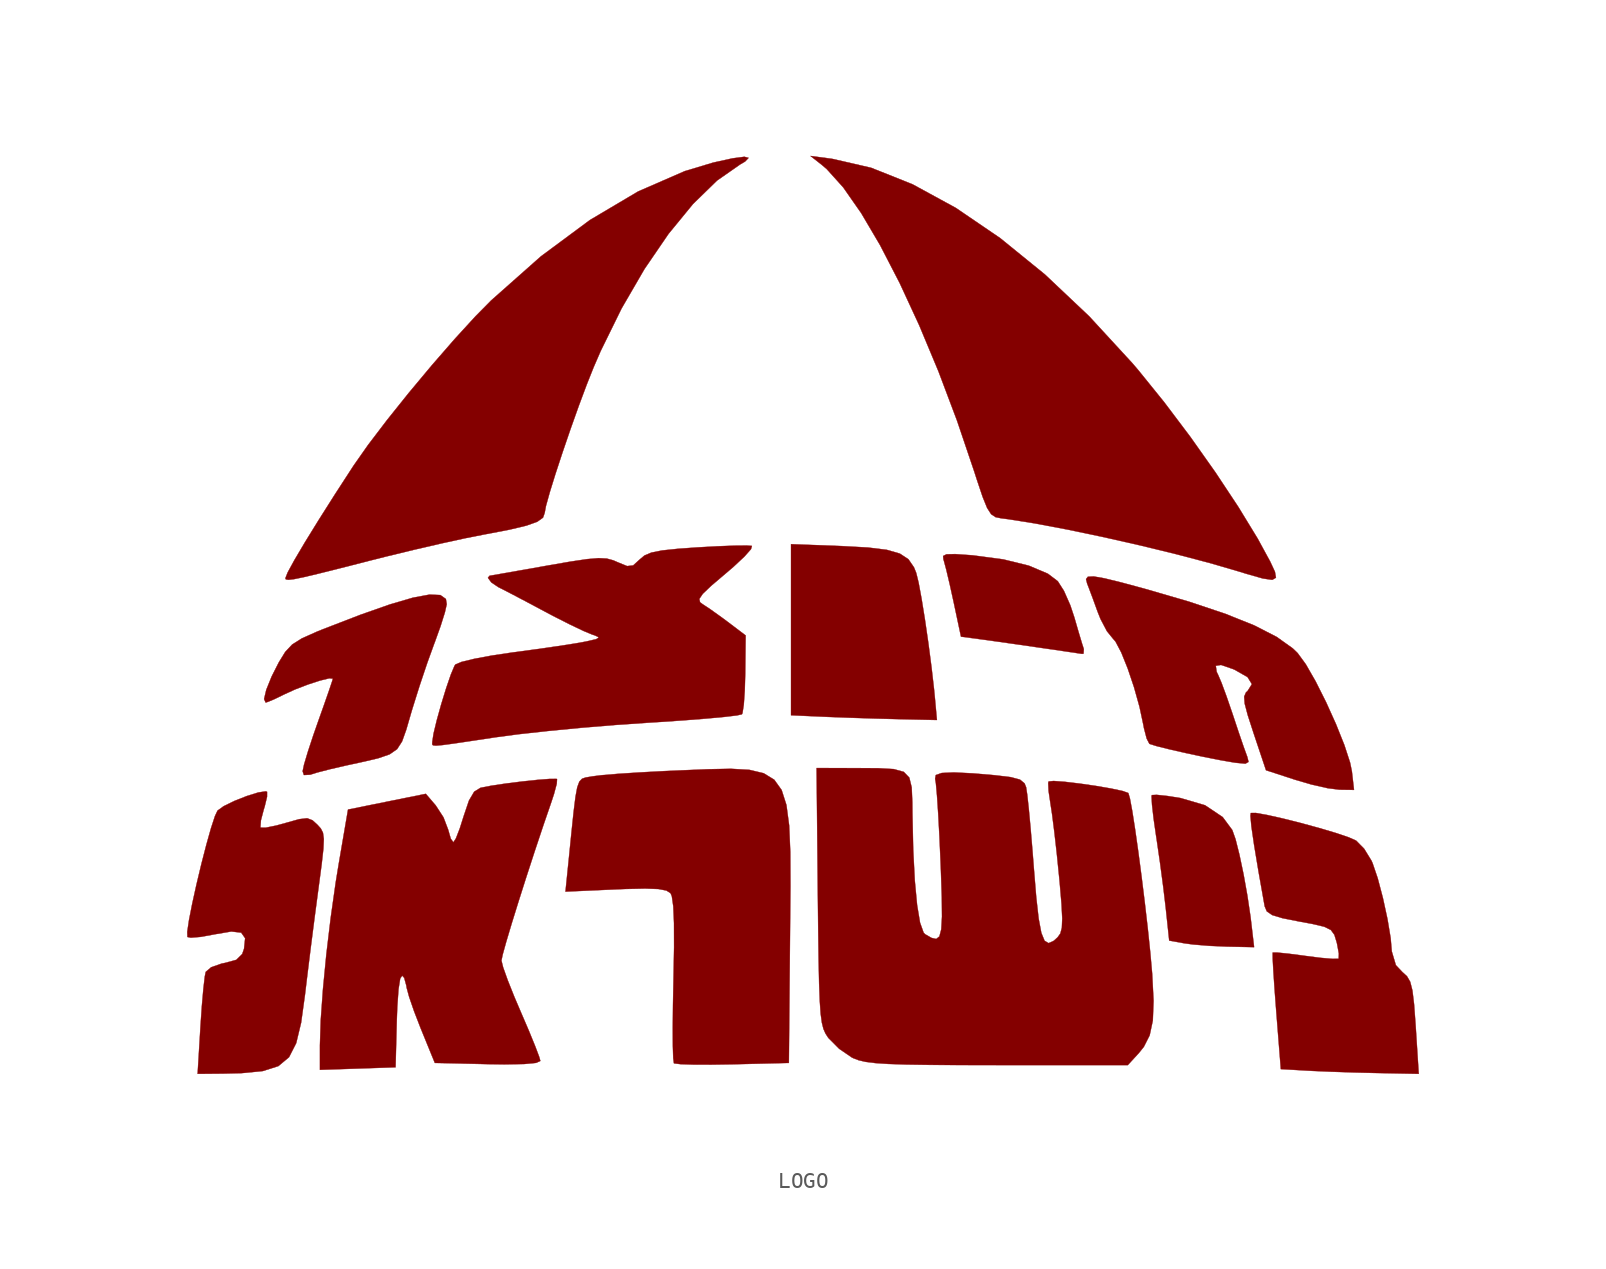
<source format=kicad_sym>
(kicad_symbol_lib
  (version 20220914)
  (generator "bitmap2component")
  (generator_version "8.0")
  (symbol "LOGO"
    (pin_names
      (offset 1.016))
    (property "Reference" "#G"
      (at 0 29.135 0)
      (effects (font (size 1.27 1.27)) hide))
    (symbol "LOGO_0_0"
      (polyline (pts (xy -36.587 -28.662) (xy -35.436 -28.634) (xy -34.099 -28.501) (xy -33.134 -28.194) (xy -32.466 -27.637) (xy -32.017 -26.756) (xy -31.71 -25.478) (xy -31.468 -23.728) (xy -31.331 -22.585) (xy -31.105 -20.758) (xy -30.86 -18.852) (xy -30.632 -17.13) (xy -30.604 -16.92) (xy -30.423 -15.55) (xy -30.318 -14.608) (xy -30.291 -13.993) (xy -30.344 -13.603) (xy -30.478 -13.339) (xy -30.695 -13.099) (xy -30.997 -12.825) (xy -31.333 -12.697) (xy -31.83 -12.755) (xy -32.665 -12.989) (xy -33.262 -13.153) (xy -33.924 -13.287) (xy -34.236 -13.283) (xy -34.255 -13.242) (xy -34.223 -12.824) (xy -34.047 -12.154) (xy -33.99 -11.971) (xy -33.84 -11.352) (xy -33.839 -11.044) (xy -33.922 -11.015) (xy -34.395 -11.087) (xy -35.107 -11.309) (xy -35.885 -11.616) (xy -36.553 -11.942) (xy -36.937 -12.22) (xy -37.095 -12.557) (xy -37.343 -13.313) (xy -37.636 -14.355) (xy -37.949 -15.568) (xy -38.252 -16.834) (xy -38.518 -18.038) (xy -38.72 -19.065) (xy -38.829 -19.798) (xy -38.819 -20.121) (xy -38.601 -20.164) (xy -37.977 -20.113) (xy -37.128 -19.956) (xy -37.127 -19.955) (xy -36.074 -19.778) (xy -35.455 -19.849) (xy -35.21 -20.199) (xy -35.278 -20.856) (xy -35.392 -21.184) (xy -35.76 -21.549) (xy -36.492 -21.747) (xy -36.673 -21.782) (xy -37.333 -22.012) (xy -37.674 -22.303) (xy -37.733 -22.598) (xy -37.821 -23.358) (xy -37.915 -24.43) (xy -38.001 -25.685) (xy -38.181 -28.677) (xy -36.587 -28.662)) (stroke (width 0.01) (type default)) (fill (type outline)))
      (polyline (pts (xy 37.976 -25.741) (xy 37.966 -25.591) (xy 37.872 -24.319) (xy 37.769 -23.468) (xy 37.631 -22.925) (xy 37.428 -22.575) (xy 37.133 -22.305) (xy 36.733 -21.881) (xy 36.479 -21.025) (xy 36.408 -20.192) (xy 36.209 -18.998) (xy 35.924 -17.683) (xy 35.599 -16.45) (xy 35.278 -15.505) (xy 35.21 -15.353) (xy 34.75 -14.603) (xy 34.248 -14.095) (xy 33.784 -13.889) (xy 32.968 -13.614) (xy 31.927 -13.305) (xy 30.783 -12.993) (xy 29.661 -12.711) (xy 28.684 -12.492) (xy 27.977 -12.367) (xy 27.663 -12.37) (xy 27.641 -12.547) (xy 27.701 -13.207) (xy 27.869 -14.36) (xy 28.145 -16.02) (xy 28.532 -18.202) (xy 28.533 -18.206) (xy 28.665 -18.519) (xy 28.999 -18.75) (xy 29.646 -18.946) (xy 30.718 -19.158) (xy 31.505 -19.302) (xy 32.249 -19.477) (xy 32.669 -19.681) (xy 32.889 -19.981) (xy 33.032 -20.446) (xy 33.057 -20.547) (xy 33.17 -21.163) (xy 33.157 -21.475) (xy 33.144 -21.482) (xy 32.78 -21.489) (xy 32.043 -21.426) (xy 31.074 -21.303) (xy 30.926 -21.282) (xy 29.991 -21.161) (xy 29.315 -21.094) (xy 29.035 -21.094) (xy 29.03 -21.113) (xy 29.035 -21.503) (xy 29.078 -22.311) (xy 29.154 -23.436) (xy 29.255 -24.774) (xy 29.541 -28.381) (xy 31.186 -28.476) (xy 31.538 -28.495) (xy 32.718 -28.545) (xy 34.115 -28.591) (xy 35.498 -28.625) (xy 38.164 -28.677) (xy 37.976 -25.741)) (stroke (width 0.01) (type default)) (fill (type outline)))
      (polyline (pts (xy -28.17 -28.347) (xy -25.805 -28.268) (xy -25.729 -25.321) (xy -25.698 -24.485) (xy -25.621 -23.386) (xy -25.516 -22.718) (xy -25.391 -22.538) (xy -25.265 -22.675) (xy -25.13 -23.168) (xy -25.117 -23.276) (xy -24.956 -23.87) (xy -24.647 -24.766) (xy -24.241 -25.815) (xy -23.351 -27.995) (xy -20.052 -28.071) (xy -19 -28.086) (xy -17.778 -28.064) (xy -17.016 -27.992) (xy -16.753 -27.872) (xy -16.827 -27.61) (xy -17.082 -26.933) (xy -17.478 -25.966) (xy -17.969 -24.824) (xy -18.376 -23.871) (xy -18.795 -22.82) (xy -19.08 -22.02) (xy -19.185 -21.594) (xy -19.11 -21.227) (xy -18.887 -20.424) (xy -18.546 -19.282) (xy -18.114 -17.891) (xy -17.621 -16.343) (xy -17.095 -14.729) (xy -16.565 -13.14) (xy -16.059 -11.666) (xy -15.901 -11.185) (xy -15.73 -10.546) (xy -15.71 -10.25) (xy -15.747 -10.237) (xy -16.17 -10.238) (xy -16.936 -10.298) (xy -17.898 -10.4) (xy -18.906 -10.526) (xy -19.812 -10.661) (xy -20.467 -10.787) (xy -20.5 -10.796) (xy -20.89 -11.037) (xy -21.216 -11.59) (xy -21.547 -12.568) (xy -21.791 -13.336) (xy -22.034 -13.962) (xy -22.191 -14.202) (xy -22.355 -13.973) (xy -22.516 -13.413) (xy -22.809 -12.642) (xy -23.293 -11.897) (xy -23.914 -11.171) (xy -26.346 -11.662) (xy -28.778 -12.154) (xy -29.362 -15.568) (xy -29.547 -16.702) (xy -29.861 -18.922) (xy -30.133 -21.2) (xy -30.345 -23.386) (xy -30.484 -25.332) (xy -30.534 -26.892) (xy -30.534 -28.426) (xy -28.17 -28.347)) (stroke (width 0.01) (type default)) (fill (type outline)))
      (polyline (pts (xy -4.733 -28.081) (xy -1.216 -27.995) (xy -1.144 -20) (xy -1.14 -19.526) (xy -1.117 -16.928) (xy -1.126 -14.819) (xy -1.198 -13.15) (xy -1.368 -11.871) (xy -1.668 -10.933) (xy -2.131 -10.287) (xy -2.792 -9.883) (xy -3.681 -9.672) (xy -4.834 -9.606) (xy -6.282 -9.634) (xy -8.06 -9.708) (xy -9.07 -9.753) (xy -10.588 -9.835) (xy -11.91 -9.921) (xy -12.923 -10.005) (xy -13.511 -10.08) (xy -13.608 -10.098) (xy -13.917 -10.148) (xy -14.145 -10.226) (xy -14.315 -10.406) (xy -14.446 -10.761) (xy -14.558 -11.365) (xy -14.673 -12.291) (xy -14.811 -13.612) (xy -14.991 -15.402) (xy -15.183 -17.285) (xy -12.053 -17.145) (xy -11.444 -17.12) (xy -10.199 -17.092) (xy -9.371 -17.122) (xy -8.872 -17.217) (xy -8.614 -17.383) (xy -8.533 -17.573) (xy -8.443 -18.196) (xy -8.397 -19.252) (xy -8.393 -20.777) (xy -8.43 -22.809) (xy -8.461 -24.385) (xy -8.474 -25.802) (xy -8.469 -26.938) (xy -8.445 -27.704) (xy -8.403 -28.014) (xy -8.384 -28.024) (xy -7.989 -28.072) (xy -7.178 -28.099) (xy -6.058 -28.102) (xy -4.733 -28.081)) (stroke (width 0.01) (type default)) (fill (type outline)))
      (polyline (pts (xy 20.66 -27.383) (xy 20.977 -26.989) (xy 21.342 -26.267) (xy 21.538 -25.345) (xy 21.585 -24.112) (xy 21.5 -22.457) (xy 21.493 -22.361) (xy 21.38 -21.087) (xy 21.224 -19.598) (xy 21.039 -17.99) (xy 20.837 -16.356) (xy 20.631 -14.792) (xy 20.432 -13.392) (xy 20.254 -12.25) (xy 20.108 -11.463) (xy 20.008 -11.124) (xy 20.001 -11.117) (xy 19.644 -10.991) (xy 18.92 -10.837) (xy 17.977 -10.675) (xy 16.966 -10.529) (xy 16.037 -10.419) (xy 15.339 -10.368) (xy 15.023 -10.398) (xy 14.998 -10.489) (xy 15.021 -10.988) (xy 15.133 -11.744) (xy 15.238 -12.432) (xy 15.381 -13.554) (xy 15.535 -14.913) (xy 15.68 -16.348) (xy 15.718 -16.744) (xy 15.83 -18.063) (xy 15.876 -18.963) (xy 15.852 -19.544) (xy 15.757 -19.903) (xy 15.588 -20.14) (xy 15.345 -20.36) (xy 15.023 -20.507) (xy 14.77 -20.358) (xy 14.568 -19.863) (xy 14.4 -18.972) (xy 14.25 -17.634) (xy 14.099 -15.801) (xy 14.021 -14.801) (xy 13.899 -13.344) (xy 13.784 -12.113) (xy 13.686 -11.215) (xy 13.616 -10.756) (xy 13.518 -10.515) (xy 13.231 -10.28) (xy 12.655 -10.127) (xy 11.665 -10.008) (xy 10.296 -9.891) (xy 9.101 -9.833) (xy 8.343 -9.867) (xy 7.97 -9.997) (xy 7.928 -10.226) (xy 7.976 -10.514) (xy 8.045 -11.283) (xy 8.121 -12.421) (xy 8.197 -13.831) (xy 8.267 -15.415) (xy 8.29 -15.984) (xy 8.346 -17.651) (xy 8.357 -18.85) (xy 8.312 -19.642) (xy 8.196 -20.087) (xy 7.997 -20.245) (xy 7.702 -20.178) (xy 7.298 -19.945) (xy 7.207 -19.847) (xy 6.986 -19.229) (xy 6.802 -18.129) (xy 6.657 -16.593) (xy 6.558 -14.664) (xy 6.509 -12.39) (xy 6.503 -11.698) (xy 6.463 -10.768) (xy 6.314 -10.157) (xy 5.968 -9.798) (xy 5.34 -9.624) (xy 4.344 -9.568) (xy 2.893 -9.563) (xy 0.517 -9.559) (xy 0.596 -17.597) (xy 0.618 -19.671) (xy 0.644 -21.555) (xy 0.675 -23.014) (xy 0.716 -24.11) (xy 0.771 -24.909) (xy 0.847 -25.474) (xy 0.946 -25.869) (xy 1.074 -26.158) (xy 1.235 -26.405) (xy 1.268 -26.448) (xy 1.93 -27.112) (xy 2.721 -27.653) (xy 2.812 -27.698) (xy 3.146 -27.826) (xy 3.581 -27.927) (xy 4.178 -28.003) (xy 5.001 -28.058) (xy 6.113 -28.094) (xy 7.577 -28.117) (xy 9.455 -28.128) (xy 11.811 -28.131) (xy 19.974 -28.131) (xy 20.66 -27.383)) (stroke (width 0.01) (type default)) (fill (type outline)))
      (polyline (pts (xy 27.687 -19.187) (xy 27.646 -18.849) (xy 27.451 -17.538) (xy 27.211 -16.198) (xy 26.953 -14.973) (xy 26.709 -14.003) (xy 26.506 -13.433) (xy 25.907 -12.625) (xy 24.802 -11.884) (xy 23.268 -11.434) (xy 22.461 -11.306) (xy 21.78 -11.234) (xy 21.475 -11.25) (xy 21.46 -11.336) (xy 21.488 -11.853) (xy 21.587 -12.719) (xy 21.744 -13.808) (xy 21.776 -14.013) (xy 21.989 -15.48) (xy 22.192 -17.009) (xy 22.345 -18.299) (xy 22.563 -20.347) (xy 23.509 -20.516) (xy 24.056 -20.59) (xy 25.076 -20.674) (xy 26.163 -20.721) (xy 27.871 -20.757) (xy 27.687 -19.187)) (stroke (width 0.01) (type default)) (fill (type outline)))
      (polyline (pts (xy 33.984 -9.764) (xy 33.871 -9.216) (xy 33.515 -8.124) (xy 32.992 -6.817) (xy 32.371 -5.441) (xy 31.719 -4.143) (xy 31.103 -3.069) (xy 30.589 -2.367) (xy 30.288 -2.077) (xy 29.284 -1.361) (xy 27.89 -0.645) (xy 26.07 0.086) (xy 23.787 0.849) (xy 21.005 1.658) (xy 19.599 2.037) (xy 18.528 2.3) (xy 17.844 2.42) (xy 17.478 2.402) (xy 17.363 2.254) (xy 17.431 1.98) (xy 17.517 1.759) (xy 17.781 1.057) (xy 18.093 0.198) (xy 18.269 -0.241) (xy 18.669 -1.003) (xy 19.04 -1.461) (xy 19.206 -1.653) (xy 19.565 -2.332) (xy 19.967 -3.33) (xy 20.364 -4.508) (xy 20.706 -5.732) (xy 20.947 -6.862) (xy 20.984 -7.062) (xy 21.154 -7.716) (xy 21.323 -8.042) (xy 21.346 -8.054) (xy 21.774 -8.187) (xy 22.57 -8.386) (xy 23.592 -8.619) (xy 24.698 -8.855) (xy 25.746 -9.062) (xy 26.593 -9.209) (xy 26.737 -9.23) (xy 27.327 -9.285) (xy 27.523 -9.175) (xy 27.442 -8.85) (xy 27.421 -8.796) (xy 27.214 -8.223) (xy 26.907 -7.328) (xy 26.559 -6.282) (xy 26.498 -6.1) (xy 26.144 -5.07) (xy 25.831 -4.225) (xy 25.621 -3.732) (xy 25.529 -3.543) (xy 25.475 -3.165) (xy 25.805 -3.112) (xy 26.554 -3.37) (xy 26.654 -3.413) (xy 27.462 -3.873) (xy 27.733 -4.311) (xy 27.472 -4.729) (xy 27.36 -4.834) (xy 27.25 -5.093) (xy 27.282 -5.528) (xy 27.473 -6.251) (xy 27.837 -7.374) (xy 28.615 -9.696) (xy 30.453 -10.296) (xy 31.466 -10.591) (xy 32.476 -10.819) (xy 33.204 -10.911) (xy 34.117 -10.925) (xy 33.984 -9.764)) (stroke (width 0.01) (type default)) (fill (type outline)))
      (polyline (pts (xy -31.142 -9.975) (xy -30.708 -9.839) (xy -29.893 -9.628) (xy -28.913 -9.402) (xy -27.983 -9.201) (xy -26.902 -8.95) (xy -26.178 -8.702) (xy -25.71 -8.377) (xy -25.398 -7.894) (xy -25.14 -7.171) (xy -24.837 -6.128) (xy -24.754 -5.85) (xy -24.307 -4.424) (xy -23.82 -2.974) (xy -23.386 -1.775) (xy -23.349 -1.681) (xy -22.989 -0.678) (xy -22.723 0.168) (xy -22.606 0.683) (xy -22.66 1.012) (xy -23.002 1.256) (xy -23.678 1.286) (xy -24.72 1.093) (xy -26.155 0.673) (xy -28.014 0.02) (xy -30.326 -0.872) (xy -30.722 -1.032) (xy -31.658 -1.449) (xy -32.27 -1.836) (xy -32.704 -2.299) (xy -33.102 -2.946) (xy -33.551 -3.831) (xy -33.888 -4.664) (xy -34.026 -5.244) (xy -33.93 -5.462) (xy -33.864 -5.449) (xy -33.417 -5.269) (xy -32.753 -4.947) (xy -32.093 -4.646) (xy -31.285 -4.336) (xy -30.519 -4.087) (xy -29.948 -3.948) (xy -29.723 -3.969) (xy -29.768 -4.124) (xy -29.962 -4.703) (xy -30.276 -5.603) (xy -30.669 -6.71) (xy -30.942 -7.491) (xy -31.289 -8.542) (xy -31.527 -9.341) (xy -31.615 -9.758) (xy -31.537 -9.995) (xy -31.142 -9.975)) (stroke (width 0.01) (type default)) (fill (type outline)))
      (polyline (pts (xy -22.865 -8.121) (xy -22.159 -8.026) (xy -21.076 -7.865) (xy -19.538 -7.633) (xy -18.13 -7.446) (xy -16.282 -7.242) (xy -14.214 -7.043) (xy -12.089 -6.867) (xy -10.071 -6.728) (xy -9.477 -6.691) (xy -7.823 -6.579) (xy -6.381 -6.466) (xy -5.234 -6.36) (xy -4.464 -6.269) (xy -4.151 -6.198) (xy -4.116 -6.122) (xy -4.035 -5.604) (xy -3.974 -4.731) (xy -3.943 -3.64) (xy -3.918 -1.268) (xy -5.027 -0.429) (xy -5.408 -0.146) (xy -6.125 0.367) (xy -6.626 0.698) (xy -6.77 0.808) (xy -6.815 1.014) (xy -6.6 1.333) (xy -6.069 1.839) (xy -5.167 2.606) (xy -4.677 3.025) (xy -3.993 3.665) (xy -3.584 4.126) (xy -3.526 4.329) (xy -3.844 4.353) (xy -4.603 4.346) (xy -5.673 4.306) (xy -6.931 4.237) (xy -8.125 4.152) (xy -9.139 4.046) (xy -9.811 3.913) (xy -10.246 3.729) (xy -10.552 3.472) (xy -10.95 3.11) (xy -11.328 3.067) (xy -11.933 3.314) (xy -12.196 3.429) (xy -12.601 3.538) (xy -13.11 3.564) (xy -13.829 3.503) (xy -14.865 3.349) (xy -16.326 3.096) (xy -16.634 3.041) (xy -17.905 2.816) (xy -18.945 2.633) (xy -19.652 2.509) (xy -19.928 2.463) (xy -20.031 2.336) (xy -19.819 2.048) (xy -19.386 1.755) (xy -19.187 1.655) (xy -18.502 1.301) (xy -17.553 0.801) (xy -16.483 0.231) (xy -15.945 -0.054) (xy -14.902 -0.583) (xy -14.042 -0.993) (xy -13.511 -1.213) (xy -13.342 -1.268) (xy -13.09 -1.392) (xy -13.264 -1.502) (xy -13.916 -1.652) (xy -14.585 -1.772) (xy -15.656 -1.938) (xy -16.969 -2.127) (xy -18.375 -2.316) (xy -18.48 -2.33) (xy -19.782 -2.524) (xy -20.89 -2.731) (xy -21.688 -2.925) (xy -22.064 -3.084) (xy -22.123 -3.173) (xy -22.349 -3.712) (xy -22.641 -4.562) (xy -22.95 -5.567) (xy -23.229 -6.567) (xy -23.431 -7.406) (xy -23.509 -7.923) (xy -23.51 -7.965) (xy -23.517 -8.073) (xy -23.465 -8.139) (xy -23.274 -8.157) (xy -22.865 -8.121)) (stroke (width 0.01) (type default)) (fill (type outline)))
      (polyline (pts (xy 7.922 -5.258) (xy 7.863 -4.651) (xy 7.702 -3.249) (xy 7.506 -1.75) (xy 7.293 -0.284) (xy 7.082 1.022) (xy 6.893 2.041) (xy 6.745 2.645) (xy 6.606 2.989) (xy 6.258 3.495) (xy 5.721 3.849) (xy 4.906 4.084) (xy 3.726 4.229) (xy 2.094 4.318) (xy -1.081 4.437) (xy -1.081 -0.911) (xy -1.081 -6.259) (xy 1.013 -6.352) (xy 1.197 -6.36) (xy 2.569 -6.412) (xy 4.128 -6.462) (xy 5.574 -6.5) (xy 8.04 -6.555) (xy 7.922 -5.258)) (stroke (width 0.01) (type default)) (fill (type outline)))
      (polyline (pts (xy 17.208 -2.403) (xy 17.224 -2.117) (xy 17.116 -1.786) (xy 16.897 -1.057) (xy 16.631 -0.137) (xy 16.38 0.617) (xy 15.98 1.522) (xy 15.597 2.122) (xy 14.977 2.592) (xy 13.782 3.096) (xy 12.194 3.486) (xy 10.29 3.739) (xy 10.154 3.75) (xy 9.183 3.817) (xy 8.64 3.805) (xy 8.428 3.699) (xy 8.447 3.486) (xy 8.472 3.412) (xy 8.625 2.841) (xy 8.839 1.937) (xy 9.077 0.858) (xy 9.545 -1.345) (xy 10.65 -1.491) (xy 10.921 -1.527) (xy 11.857 -1.657) (xy 13.055 -1.827) (xy 14.321 -2.01) (xy 14.976 -2.105) (xy 16.009 -2.256) (xy 16.767 -2.368) (xy 17.12 -2.421) (xy 17.208 -2.403)) (stroke (width 0.01) (type default)) (fill (type outline)))
      (polyline (pts (xy -32.152 2.252) (xy -31.543 2.377) (xy -30.609 2.599) (xy -29.285 2.93) (xy -27.504 3.386) (xy -26.463 3.649) (xy -24.676 4.083) (xy -22.943 4.484) (xy -21.421 4.816) (xy -20.266 5.044) (xy -20.241 5.048) (xy -18.7 5.342) (xy -17.624 5.598) (xy -16.943 5.842) (xy -16.586 6.098) (xy -16.483 6.393) (xy -16.403 6.825) (xy -16.165 7.68) (xy -15.805 8.841) (xy -15.358 10.2) (xy -14.861 11.652) (xy -14.348 13.092) (xy -13.855 14.412) (xy -13.419 15.507) (xy -12.983 16.511) (xy -11.674 19.176) (xy -10.243 21.641) (xy -8.739 23.84) (xy -7.21 25.706) (xy -5.703 27.174) (xy -4.268 28.175) (xy -3.955 28.358) (xy -3.732 28.59) (xy -3.999 28.658) (xy -4.742 28.56) (xy -5.945 28.295) (xy -7.721 27.762) (xy -10.643 26.489) (xy -13.651 24.706) (xy -16.722 22.43) (xy -19.832 19.674) (xy -20.803 18.691) (xy -22.107 17.267) (xy -23.532 15.63) (xy -24.976 13.901) (xy -26.339 12.199) (xy -27.522 10.645) (xy -28.425 9.358) (xy -28.46 9.304) (xy -29.612 7.528) (xy -30.63 5.921) (xy -31.483 4.538) (xy -32.134 3.437) (xy -32.55 2.674) (xy -32.696 2.306) (xy -32.662 2.236) (xy -32.503 2.21) (xy -32.152 2.252)) (stroke (width 0.01) (type default)) (fill (type outline)))
      (polyline (pts (xy 29.237 2.341) (xy 29.173 2.714) (xy 28.879 3.346) (xy 28.091 4.792) (xy 26.883 6.77) (xy 25.454 8.928) (xy 23.885 11.147) (xy 22.256 13.308) (xy 20.65 15.295) (xy 20.267 15.745) (xy 17.563 18.683) (xy 14.791 21.302) (xy 11.995 23.573) (xy 9.222 25.462) (xy 6.515 26.938) (xy 3.922 27.972) (xy 1.486 28.53) (xy 0.135 28.709) (xy 0.864 28.135) (xy 1.151 27.889) (xy 2.183 26.743) (xy 3.304 25.138) (xy 4.488 23.13) (xy 5.706 20.774) (xy 6.931 18.126) (xy 8.136 15.242) (xy 9.291 12.178) (xy 10.37 8.99) (xy 10.535 8.477) (xy 10.899 7.393) (xy 11.179 6.702) (xy 11.43 6.312) (xy 11.704 6.128) (xy 12.057 6.056) (xy 12.491 6.001) (xy 14.159 5.737) (xy 16.174 5.357) (xy 18.405 4.891) (xy 20.723 4.367) (xy 22.996 3.814) (xy 25.094 3.262) (xy 26.886 2.74) (xy 27.406 2.58) (xy 28.418 2.293) (xy 29.006 2.207) (xy 29.237 2.341)) (stroke (width 0.01) (type default)) (fill (type outline))))))
</source>
